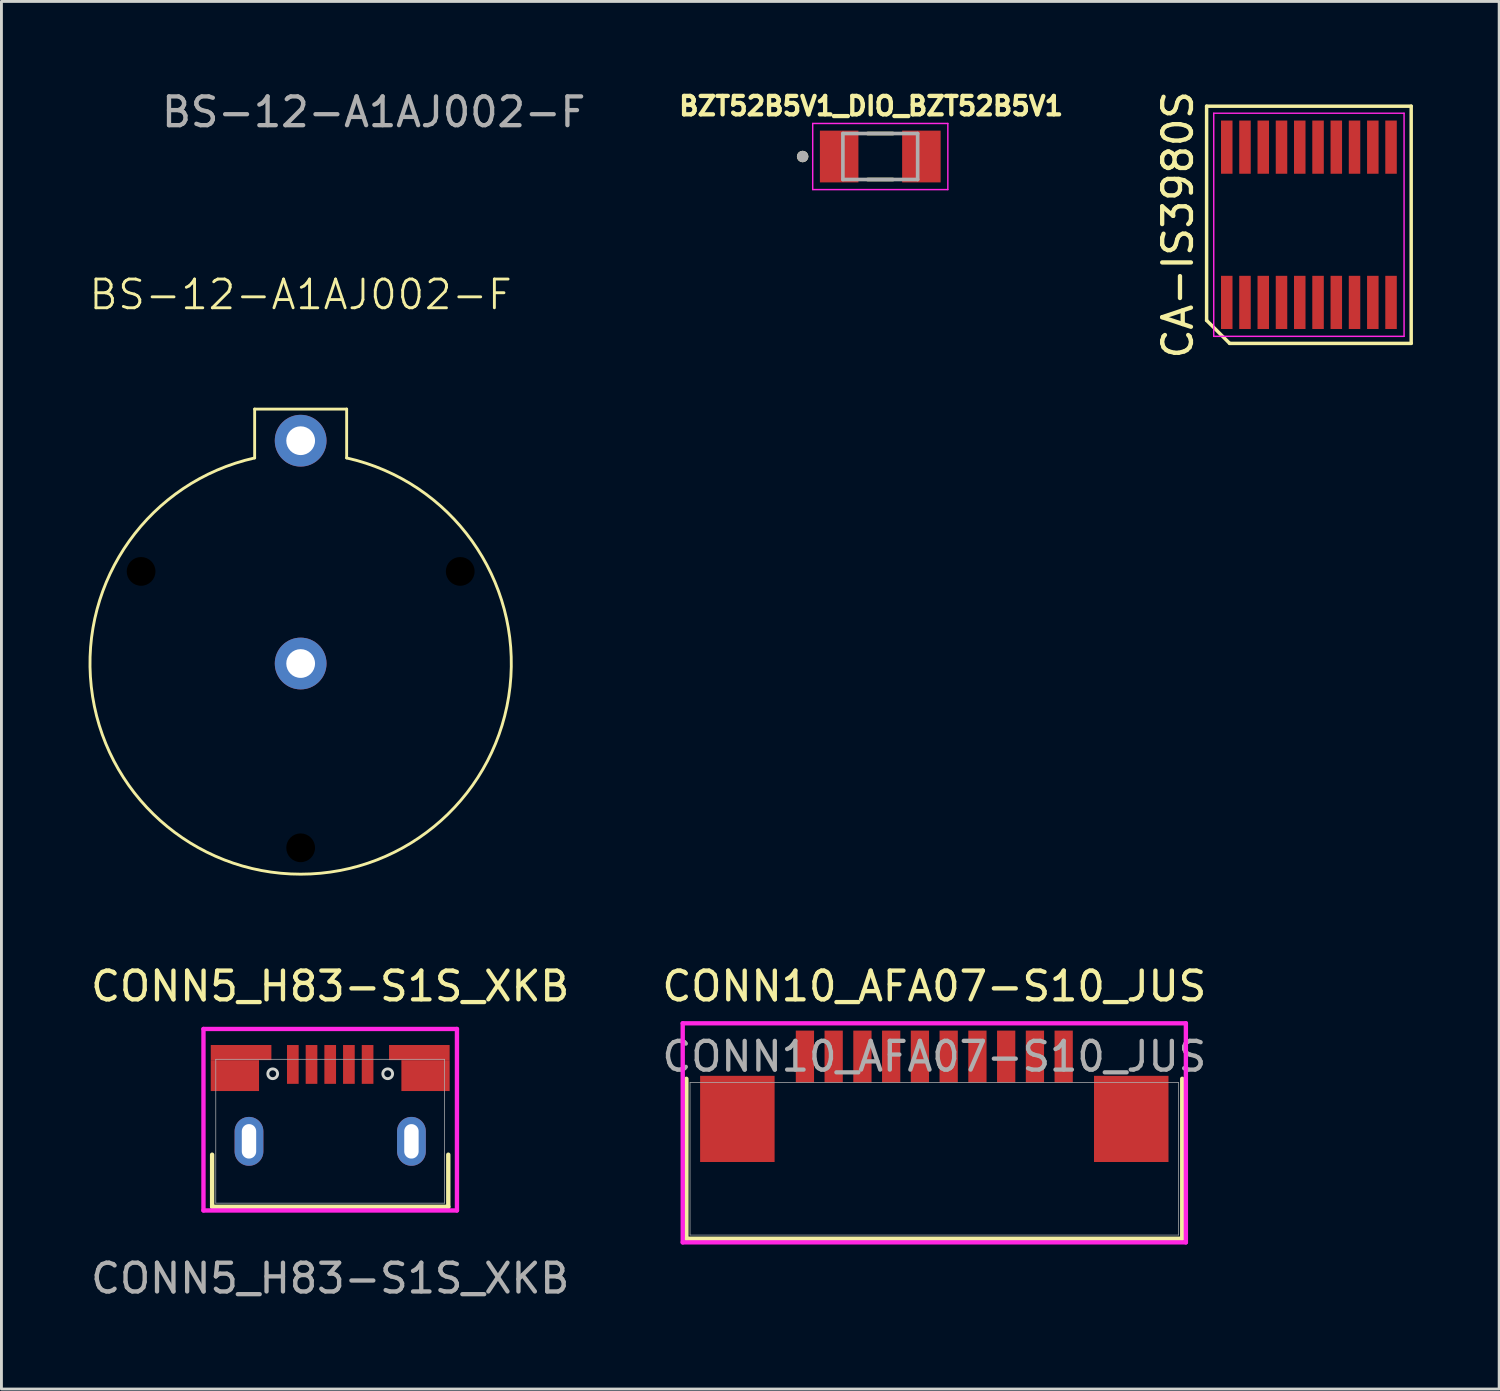
<source format=kicad_pcb>
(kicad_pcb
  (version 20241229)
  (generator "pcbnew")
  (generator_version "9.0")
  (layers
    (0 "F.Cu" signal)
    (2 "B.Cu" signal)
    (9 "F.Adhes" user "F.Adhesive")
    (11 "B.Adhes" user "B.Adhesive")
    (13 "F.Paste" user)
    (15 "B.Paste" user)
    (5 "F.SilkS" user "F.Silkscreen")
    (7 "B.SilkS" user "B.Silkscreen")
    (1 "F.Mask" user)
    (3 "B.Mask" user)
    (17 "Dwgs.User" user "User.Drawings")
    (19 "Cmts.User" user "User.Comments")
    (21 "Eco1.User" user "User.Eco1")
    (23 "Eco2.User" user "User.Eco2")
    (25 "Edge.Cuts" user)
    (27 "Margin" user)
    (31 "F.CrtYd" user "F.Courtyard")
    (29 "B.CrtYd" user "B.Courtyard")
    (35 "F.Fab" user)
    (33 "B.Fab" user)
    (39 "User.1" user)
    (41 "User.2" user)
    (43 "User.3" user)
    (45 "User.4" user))
  (footprint "BZT52B5V1_DIO_BZT52B5V1"
    (layer "F.Cu")
    (at 27.567 2.394)
    (property "Reference" "BZT52B5V1_DIO_BZT52B5V1" (at -0.318 -1.756 0) (layer "F.SilkS") (effects (font (size 0.64 0.64) (thickness 0.15))))
    (attr smd)
    (fp_line (start -0.44 0.8) (end 0.44 0.8) (stroke (width 0.127) (type solid)) (layer "F.SilkS"))
    (fp_line (start 0.44 -0.8) (end -0.44 -0.8) (stroke (width 0.127) (type solid)) (layer "F.SilkS"))
    (fp_circle (center -2.7 0) (end -2.6 0) (stroke (width 0.2) (type solid)) (fill no) (layer "F.SilkS"))
    (fp_line (start -2.35 -1.15) (end -2.35 1.15) (stroke (width 0.05) (type solid)) (layer "F.CrtYd"))
    (fp_line (start -2.35 1.15) (end 2.35 1.15) (stroke (width 0.05) (type solid)) (layer "F.CrtYd"))
    (fp_line (start 2.35 -1.15) (end -2.35 -1.15) (stroke (width 0.05) (type solid)) (layer "F.CrtYd"))
    (fp_line (start 2.35 1.15) (end 2.35 -1.15) (stroke (width 0.05) (type solid)) (layer "F.CrtYd"))
    (fp_line (start -1.3 -0.8) (end -1.3 0.8) (stroke (width 0.127) (type solid)) (layer "F.Fab"))
    (fp_line (start -1.3 0.8) (end 1.3 0.8) (stroke (width 0.127) (type solid)) (layer "F.Fab"))
    (fp_line (start 1.3 -0.8) (end -1.3 -0.8) (stroke (width 0.127) (type solid)) (layer "F.Fab"))
    (fp_line (start 1.3 0.8) (end 1.3 -0.8) (stroke (width 0.127) (type solid)) (layer "F.Fab"))
    (fp_circle (center -2.7 0) (end -2.6 0) (stroke (width 0.2) (type solid)) (fill no) (layer "F.Fab"))
    (pad "A" smd rect (at 1.43 0) (size 1.34 1.8) (layers "F.Cu" "F.Mask" "F.Paste"))
    (pad "C" smd rect (at -1.43 0) (size 1.34 1.8) (layers "F.Cu" "F.Mask" "F.Paste")))
  (footprint "CONN10_AFA07-S10_JUS"
    (layer "F.Cu")
    (at 29.446 37.253)
    (property "Reference" "CONN10_AFA07-S10_JUS" (at 0 -6 0) (unlocked yes) (layer "F.SilkS") (effects (font (size 1 1) (thickness 0.15))))
    (attr smd)
    (fp_line (start -8.623 -2.781) (end -8.623 2.781) (stroke (width 0.152) (type solid)) (layer "F.SilkS"))
    (fp_line (start -8.623 2.781) (end 8.623 2.781) (stroke (width 0.152) (type solid)) (layer "F.SilkS"))
    (fp_line (start 8.623 2.781) (end 8.623 -2.781) (stroke (width 0.152) (type solid)) (layer "F.SilkS"))
    (fp_line (start -8.75 -4.712) (end -8.75 2.908) (stroke (width 0.152) (type solid)) (layer "F.CrtYd"))
    (fp_line (start -8.75 2.908) (end 8.75 2.908) (stroke (width 0.152) (type solid)) (layer "F.CrtYd"))
    (fp_line (start 8.75 -4.712) (end -8.75 -4.712) (stroke (width 0.152) (type solid)) (layer "F.CrtYd"))
    (fp_line (start 8.75 2.908) (end 8.75 -4.712) (stroke (width 0.152) (type solid)) (layer "F.CrtYd"))
    (fp_line (start -8.496 -2.654) (end -8.496 2.654) (stroke (width 0.025) (type solid)) (layer "F.Fab"))
    (fp_line (start -8.496 2.654) (end 8.496 2.654) (stroke (width 0.025) (type solid)) (layer "F.Fab"))
    (fp_line (start 8.496 -2.654) (end -8.496 -2.654) (stroke (width 0.025) (type solid)) (layer "F.Fab"))
    (fp_line (start 8.496 2.654) (end 8.496 -2.654) (stroke (width 0.025) (type solid)) (layer "F.Fab"))
    (fp_text user "${REFERENCE}" (at 0 -3.556 0) (unlocked yes) (layer "F.Fab") (effects (font (size 1 1) (thickness 0.15))))
    (pad "1" smd rect (at -4.5 -3.556) (size 0.635 1.803) (layers "F.Cu" "F.Mask" "F.Paste"))
    (pad "2" smd rect (at -3.5 -3.556) (size 0.635 1.803) (layers "F.Cu" "F.Mask" "F.Paste"))
    (pad "3" smd rect (at -2.5 -3.556) (size 0.635 1.803) (layers "F.Cu" "F.Mask" "F.Paste"))
    (pad "4" smd rect (at -1.5 -3.556) (size 0.635 1.803) (layers "F.Cu" "F.Mask" "F.Paste"))
    (pad "5" smd rect (at -0.5 -3.556) (size 0.635 1.803) (layers "F.Cu" "F.Mask" "F.Paste"))
    (pad "6" smd rect (at 0.5 -3.556) (size 0.635 1.803) (layers "F.Cu" "F.Mask" "F.Paste"))
    (pad "7" smd rect (at 1.5 -3.556) (size 0.635 1.803) (layers "F.Cu" "F.Mask" "F.Paste"))
    (pad "8" smd rect (at 2.5 -3.556) (size 0.635 1.803) (layers "F.Cu" "F.Mask" "F.Paste"))
    (pad "9" smd rect (at 3.5 -3.556) (size 0.635 1.803) (layers "F.Cu" "F.Mask" "F.Paste"))
    (pad "10" smd rect (at 4.5 -3.556) (size 0.635 1.803) (layers "F.Cu" "F.Mask" "F.Paste"))
    (pad "11" smd rect (at -6.85 -1.386) (size 2.591 2.997) (layers "F.Cu" "F.Mask" "F.Paste"))
    (pad "11" smd rect (at 6.85 -1.386) (size 2.591 2.997) (layers "F.Cu" "F.Mask" "F.Paste")))
  (footprint "CA-IS3980S"
    (layer "F.Cu")
    (at 42.475 4.768)
    (property "Reference" "CA-IS3980S" (at -4.558 0 90) (layer "F.SilkS") (effects (font (size 1 1) (thickness 0.15))))
    (attr smd)
    (fp_line (start -3.558 -4.125) (end 3.558 -4.125) (stroke (width 0.12) (type default)) (layer "F.SilkS"))
    (fp_line (start -3.558 3.325) (end -3.558 -4.125) (stroke (width 0.12) (type default)) (layer "F.SilkS"))
    (fp_line (start -2.757 4.125) (end -3.558 3.325) (stroke (width 0.12) (type default)) (layer "F.SilkS"))
    (fp_line (start 3.558 -4.125) (end 3.558 4.125) (stroke (width 0.12) (type default)) (layer "F.SilkS"))
    (fp_line (start 3.558 4.125) (end -2.757 4.125) (stroke (width 0.12) (type default)) (layer "F.SilkS"))
    (fp_line (start -3.31 -3.88) (end 3.31 -3.88) (stroke (width 0.05) (type default)) (layer "F.CrtYd"))
    (fp_line (start -3.31 3.88) (end -3.31 -3.88) (stroke (width 0.05) (type default)) (layer "F.CrtYd"))
    (fp_line (start 3.31 -3.88) (end 3.31 3.88) (stroke (width 0.05) (type default)) (layer "F.CrtYd"))
    (fp_line (start 3.31 3.88) (end -3.31 3.88) (stroke (width 0.05) (type default)) (layer "F.CrtYd"))
    (pad "1" smd rect (at -2.857 2.7) (size 0.4 1.85) (layers "F.Cu" "F.Mask" "F.Paste"))
    (pad "2" smd rect (at -2.223 2.7) (size 0.4 1.85) (layers "F.Cu" "F.Mask" "F.Paste"))
    (pad "3" smd rect (at -1.587 2.7) (size 0.4 1.85) (layers "F.Cu" "F.Mask" "F.Paste"))
    (pad "4" smd rect (at -0.953 2.7) (size 0.4 1.85) (layers "F.Cu" "F.Mask" "F.Paste"))
    (pad "5" smd rect (at -0.318 2.7) (size 0.4 1.85) (layers "F.Cu" "F.Mask" "F.Paste"))
    (pad "6" smd rect (at 0.318 2.7) (size 0.4 1.85) (layers "F.Cu" "F.Mask" "F.Paste"))
    (pad "7" smd rect (at 0.953 2.7) (size 0.4 1.85) (layers "F.Cu" "F.Mask" "F.Paste"))
    (pad "8" smd rect (at 1.587 2.7) (size 0.4 1.85) (layers "F.Cu" "F.Mask" "F.Paste"))
    (pad "9" smd rect (at 2.223 2.7) (size 0.4 1.85) (layers "F.Cu" "F.Mask" "F.Paste"))
    (pad "10" smd rect (at 2.857 2.7) (size 0.4 1.85) (layers "F.Cu" "F.Mask" "F.Paste"))
    (pad "11" smd rect (at 2.857 -2.7) (size 0.4 1.85) (layers "F.Cu" "F.Mask" "F.Paste"))
    (pad "12" smd rect (at 2.223 -2.7) (size 0.4 1.85) (layers "F.Cu" "F.Mask" "F.Paste"))
    (pad "13" smd rect (at 1.587 -2.7) (size 0.4 1.85) (layers "F.Cu" "F.Mask" "F.Paste"))
    (pad "14" smd rect (at 0.953 -2.7) (size 0.4 1.85) (layers "F.Cu" "F.Mask" "F.Paste"))
    (pad "15" smd rect (at 0.318 -2.7) (size 0.4 1.85) (layers "F.Cu" "F.Mask" "F.Paste"))
    (pad "16" smd rect (at -0.318 -2.7) (size 0.4 1.85) (layers "F.Cu" "F.Mask" "F.Paste"))
    (pad "17" smd rect (at -0.953 -2.7) (size 0.4 1.85) (layers "F.Cu" "F.Mask" "F.Paste"))
    (pad "18" smd rect (at -1.587 -2.7) (size 0.4 1.85) (layers "F.Cu" "F.Mask" "F.Paste"))
    (pad "19" smd rect (at -2.223 -2.7) (size 0.4 1.85) (layers "F.Cu" "F.Mask" "F.Paste"))
    (pad "20" smd rect (at -2.857 -2.7) (size 0.4 1.85) (layers "F.Cu" "F.Mask" "F.Paste")))
  (footprint "BS-12-A1AJ002-F"
    (layer "F.Cu")
    (at 7.407 12.278)
    (property "Reference" "BS-12-A1AJ002-F" (at 0 -5.08 0) (unlocked yes) (layer "F.SilkS") (effects (font (size 1 1) (thickness 0.1))))
    (attr through_hole)
    (fp_line (start -1.6 -1.1) (end -1.6 0.6) (stroke (width 0.1) (type default)) (layer "F.SilkS"))
    (fp_line (start 1.6 -1.1) (end -1.6 -1.1) (stroke (width 0.1) (type default)) (layer "F.SilkS"))
    (fp_line (start 1.6 0.6) (end 1.6 -1.1) (stroke (width 0.1) (type default)) (layer "F.SilkS"))
    (fp_arc (start 1.6 0.6) (mid 0 15.076834) (end -1.6 0.6) (stroke (width 0.1) (type default)) (layer "F.SilkS"))
    (fp_text user "${REFERENCE}" (at 2.54 -11.43 0) (unlocked yes) (layer "F.Fab") (effects (font (size 1 1) (thickness 0.15))))
    (pad "" np_thru_hole circle (at -5.55 4.546) (size 1 1) (drill 1) (layers "*.Mask"))
    (pad "" np_thru_hole circle (at 0 14.159) (size 1 1) (drill 1) (layers "*.Mask"))
    (pad "" np_thru_hole circle (at 5.55 4.546) (size 1 1) (drill 1) (layers "*.Mask"))
    (pad "1" thru_hole circle (at 0 0) (size 1.8 1.8) (drill 1) (layers "*.Cu" "*.Mask"))
    (pad "2" thru_hole circle (at 0 7.75) (size 1.8 1.8) (drill 1) (layers "*.Cu" "*.Mask")))
  (footprint "CONN5_H83-S1S_XKB"
    (layer "F.Cu")
    (at 7.135 33.793)
    (property "Reference" "CONN5_H83-S1S_XKB" (at 1.3 -2.54 0) (layer "F.SilkS") (effects (font (size 1 1) (thickness 0.15))))
    (attr through_hole)
    (fp_line (start -2.807 3.318) (end -2.807 5.131) (stroke (width 0.152) (type solid)) (layer "F.SilkS"))
    (fp_line (start -2.807 5.131) (end 5.407 5.131) (stroke (width 0.152) (type solid)) (layer "F.SilkS"))
    (fp_line (start 5.407 5.131) (end 5.407 3.318) (stroke (width 0.152) (type solid)) (layer "F.SilkS"))
    (fp_circle (center -0.7 0.504) (end -0.53 0.504) (stroke (width 0.1) (type default)) (fill no) (layer "Edge.Cuts"))
    (fp_circle (center 3.3 0.504) (end 3.47 0.504) (stroke (width 0.1) (type default)) (fill no) (layer "Edge.Cuts"))
    (fp_line (start -3.108 -1.054) (end -3.108 5.258) (stroke (width 0.152) (type solid)) (layer "F.CrtYd"))
    (fp_line (start -3.108 5.258) (end 5.708 5.258) (stroke (width 0.152) (type solid)) (layer "F.CrtYd"))
    (fp_line (start 5.708 -1.054) (end -3.108 -1.054) (stroke (width 0.152) (type solid)) (layer "F.CrtYd"))
    (fp_line (start 5.708 5.258) (end 5.708 -1.054) (stroke (width 0.152) (type solid)) (layer "F.CrtYd"))
    (fp_line (start -2.68 0) (end -2.68 5.004) (stroke (width 0.025) (type solid)) (layer "F.Fab"))
    (fp_line (start -2.68 5.004) (end 5.28 5.004) (stroke (width 0.025) (type solid)) (layer "F.Fab"))
    (fp_line (start 5.28 0) (end -2.68 0) (stroke (width 0.025) (type solid)) (layer "F.Fab"))
    (fp_line (start 5.28 5.004) (end 5.28 0) (stroke (width 0.025) (type solid)) (layer "F.Fab"))
    (fp_text user "${REFERENCE}" (at 1.3 7.62 0) (layer "F.Fab") (effects (font (size 1 1) (thickness 0.15))))
    (pad "1" smd rect (at 0 0.179) (size 0.406 1.35) (layers "F.Cu" "F.Mask" "F.Paste"))
    (pad "2" smd rect (at 0.65 0.179) (size 0.406 1.35) (layers "F.Cu" "F.Mask" "F.Paste"))
    (pad "3" smd rect (at 1.3 0.179) (size 0.406 1.35) (layers "F.Cu" "F.Mask" "F.Paste"))
    (pad "4" smd rect (at 1.95 0.179) (size 0.406 1.35) (layers "F.Cu" "F.Mask" "F.Paste"))
    (pad "5" smd rect (at -2.015 0.567) (size 1.679 1.075) (layers "F.Cu" "F.Mask" "F.Paste"))
    (pad "5" smd rect (at -1.8 -0.234) (size 2.108 0.525) (layers "F.Cu" "F.Mask" "F.Paste"))
    (pad "5" thru_hole oval (at -1.525 2.854 90) (size 1.7 1) (drill oval 1.2 0.5) (layers "*.Cu" "*.Mask"))
    (pad "5" smd rect (at 2.6 0.179) (size 0.406 1.35) (layers "F.Cu" "F.Mask" "F.Paste"))
    (pad "5" thru_hole oval (at 4.125 2.854 90) (size 1.7 1) (drill oval 1.2 0.5) (layers "*.Cu" "*.Mask"))
    (pad "5" smd rect (at 4.4 -0.234) (size 2.108 0.525) (layers "F.Cu" "F.Mask" "F.Paste"))
    (pad "5" smd rect (at 4.615 0.567) (size 1.679 1.075) (layers "F.Cu" "F.Mask" "F.Paste")))
  (gr_rect
    (start -3 -3)
    (end 49.093 45.262)
    (stroke (width 0.1) (type default))
    (fill no)
    (layer "Edge.Cuts")))
</source>
